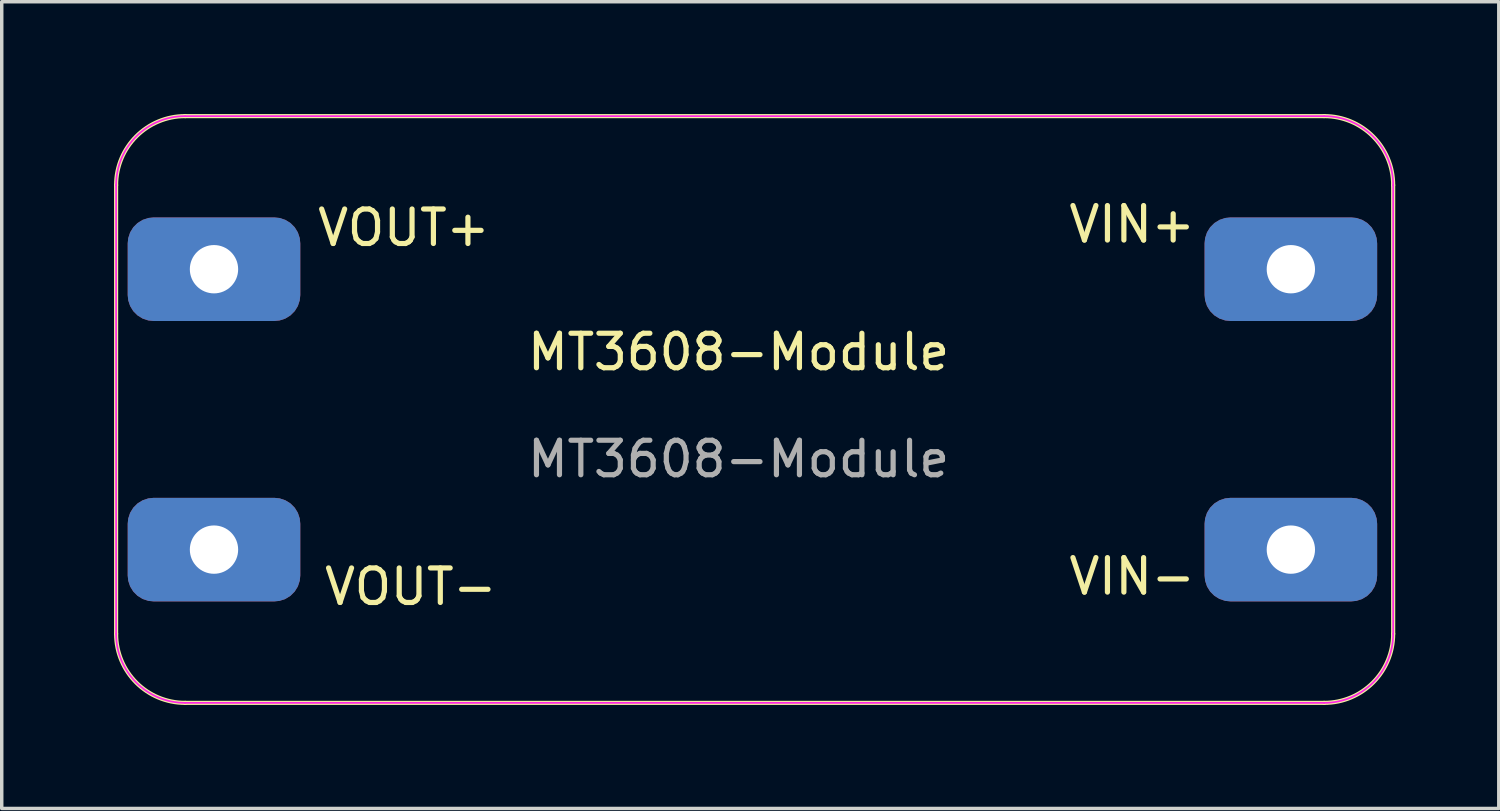
<source format=kicad_pcb>
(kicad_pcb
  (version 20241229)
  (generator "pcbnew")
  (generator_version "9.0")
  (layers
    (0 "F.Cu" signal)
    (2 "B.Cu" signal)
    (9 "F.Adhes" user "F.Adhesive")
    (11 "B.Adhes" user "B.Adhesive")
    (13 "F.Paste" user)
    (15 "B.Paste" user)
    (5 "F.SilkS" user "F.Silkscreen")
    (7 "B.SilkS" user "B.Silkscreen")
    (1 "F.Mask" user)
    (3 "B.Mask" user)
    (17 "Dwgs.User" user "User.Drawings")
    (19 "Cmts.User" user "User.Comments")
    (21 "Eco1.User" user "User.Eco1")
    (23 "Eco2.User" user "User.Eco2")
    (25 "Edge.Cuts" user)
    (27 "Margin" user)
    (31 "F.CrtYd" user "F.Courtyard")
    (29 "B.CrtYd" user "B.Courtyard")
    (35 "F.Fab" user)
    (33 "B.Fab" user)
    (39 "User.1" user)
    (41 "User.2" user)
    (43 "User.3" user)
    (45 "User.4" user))
  (footprint "MT3608-Module"
    (layer "F.Cu")
    (at 0.25 0.25)
    (property "Reference" "MT3608-Module" (at 18.1 6.9 0) (unlocked yes) (layer "F.SilkS") (effects (font (size 1 1) (thickness 0.15))))
    (attr smd)
    (fp_line (start 0.064 2.064) (end 0.064 15.064) (stroke (width 0.12) (type solid)) (layer "F.SilkS"))
    (fp_line (start 2.064 17.064) (end 35.064 17.064) (stroke (width 0.12) (type solid)) (layer "F.SilkS"))
    (fp_line (start 35.064 0.064) (end 2.064 0.064) (stroke (width 0.12) (type solid)) (layer "F.SilkS"))
    (fp_line (start 37.064 15.064) (end 37.064 2.064) (stroke (width 0.12) (type solid)) (layer "F.SilkS"))
    (fp_arc (start 0.064214 2.064214) (mid 0.65 0.65) (end 2.064214 0.064214) (stroke (width 0.12) (type solid)) (layer "F.SilkS"))
    (fp_arc (start 2.064214 17.064214) (mid 0.65 16.478428) (end 0.064214 15.064214) (stroke (width 0.12) (type solid)) (layer "F.SilkS"))
    (fp_arc (start 35.064214 0.064214) (mid 36.478428 0.65) (end 37.064214 2.064214) (stroke (width 0.12) (type solid)) (layer "F.SilkS"))
    (fp_arc (start 37.064214 15.064214) (mid 36.478428 16.478428) (end 35.064214 17.064214) (stroke (width 0.12) (type solid)) (layer "F.SilkS"))
    (fp_line (start 0.064 15.064) (end 0.064 2.064) (stroke (width 0.05) (type solid)) (layer "F.CrtYd"))
    (fp_line (start 2.064 0.064) (end 35.064 0.064) (stroke (width 0.05) (type solid)) (layer "F.CrtYd"))
    (fp_line (start 35.064 17.064) (end 2.064 17.064) (stroke (width 0.05) (type solid)) (layer "F.CrtYd"))
    (fp_line (start 37.064 2.064) (end 37.064 15.064) (stroke (width 0.05) (type solid)) (layer "F.CrtYd"))
    (fp_arc (start 0.064214 2.064214) (mid 0.65 0.65) (end 2.064214 0.064214) (stroke (width 0.05) (type solid)) (layer "F.CrtYd"))
    (fp_arc (start 2.064214 17.064214) (mid 0.65 16.478428) (end 0.064214 15.064214) (stroke (width 0.05) (type solid)) (layer "F.CrtYd"))
    (fp_arc (start 35.064214 0.064214) (mid 36.478428 0.65) (end 37.064214 2.064214) (stroke (width 0.05) (type solid)) (layer "F.CrtYd"))
    (fp_arc (start 37.064214 15.064214) (mid 36.478428 16.478428) (end 35.064214 17.064214) (stroke (width 0.05) (type solid)) (layer "F.CrtYd"))
    (fp_text user "VIN+" (at 29.5 3.2 0) (unlocked yes) (layer "F.SilkS") (effects (font (size 1 1) (thickness 0.15))))
    (fp_text user "VOUT+" (at 8.4 3.3 0) (unlocked yes) (layer "F.SilkS") (effects (font (size 1 1) (thickness 0.15))))
    (fp_text user "VOUT-" (at 8.6 13.7 0) (unlocked yes) (layer "F.SilkS") (effects (font (size 1 1) (thickness 0.15))))
    (fp_text user "VIN-" (at 29.5 13.4 0) (unlocked yes) (layer "F.SilkS") (effects (font (size 1 1) (thickness 0.15))))
    (fp_text user "${REFERENCE}" (at 18.1 10 0) (unlocked yes) (layer "F.Fab") (effects (font (size 1 1) (thickness 0.15))))
    (pad "1" thru_hole roundrect (at 34.1 4.5) (size 5 3) (drill 1.4) (layers "*.Cu" "*.Mask") (roundrect_rratio 0.25))
    (pad "2" thru_hole roundrect (at 34.1 12.624) (size 5 3) (drill 1.4) (layers "*.Cu" "*.Mask") (roundrect_rratio 0.25))
    (pad "3" thru_hole roundrect (at 2.9 4.5) (size 5 3) (drill 1.4) (layers "*.Cu" "*.Mask") (roundrect_rratio 0.25))
    (pad "4" thru_hole roundrect (at 2.9 12.624) (size 5 3) (drill 1.4) (layers "*.Cu" "*.Mask") (roundrect_rratio 0.25)))
  (gr_rect
    (start -3 -3)
    (end 40.374 20.374)
    (stroke (width 0.1) (type default))
    (fill no)
    (layer "Edge.Cuts")))
</source>
